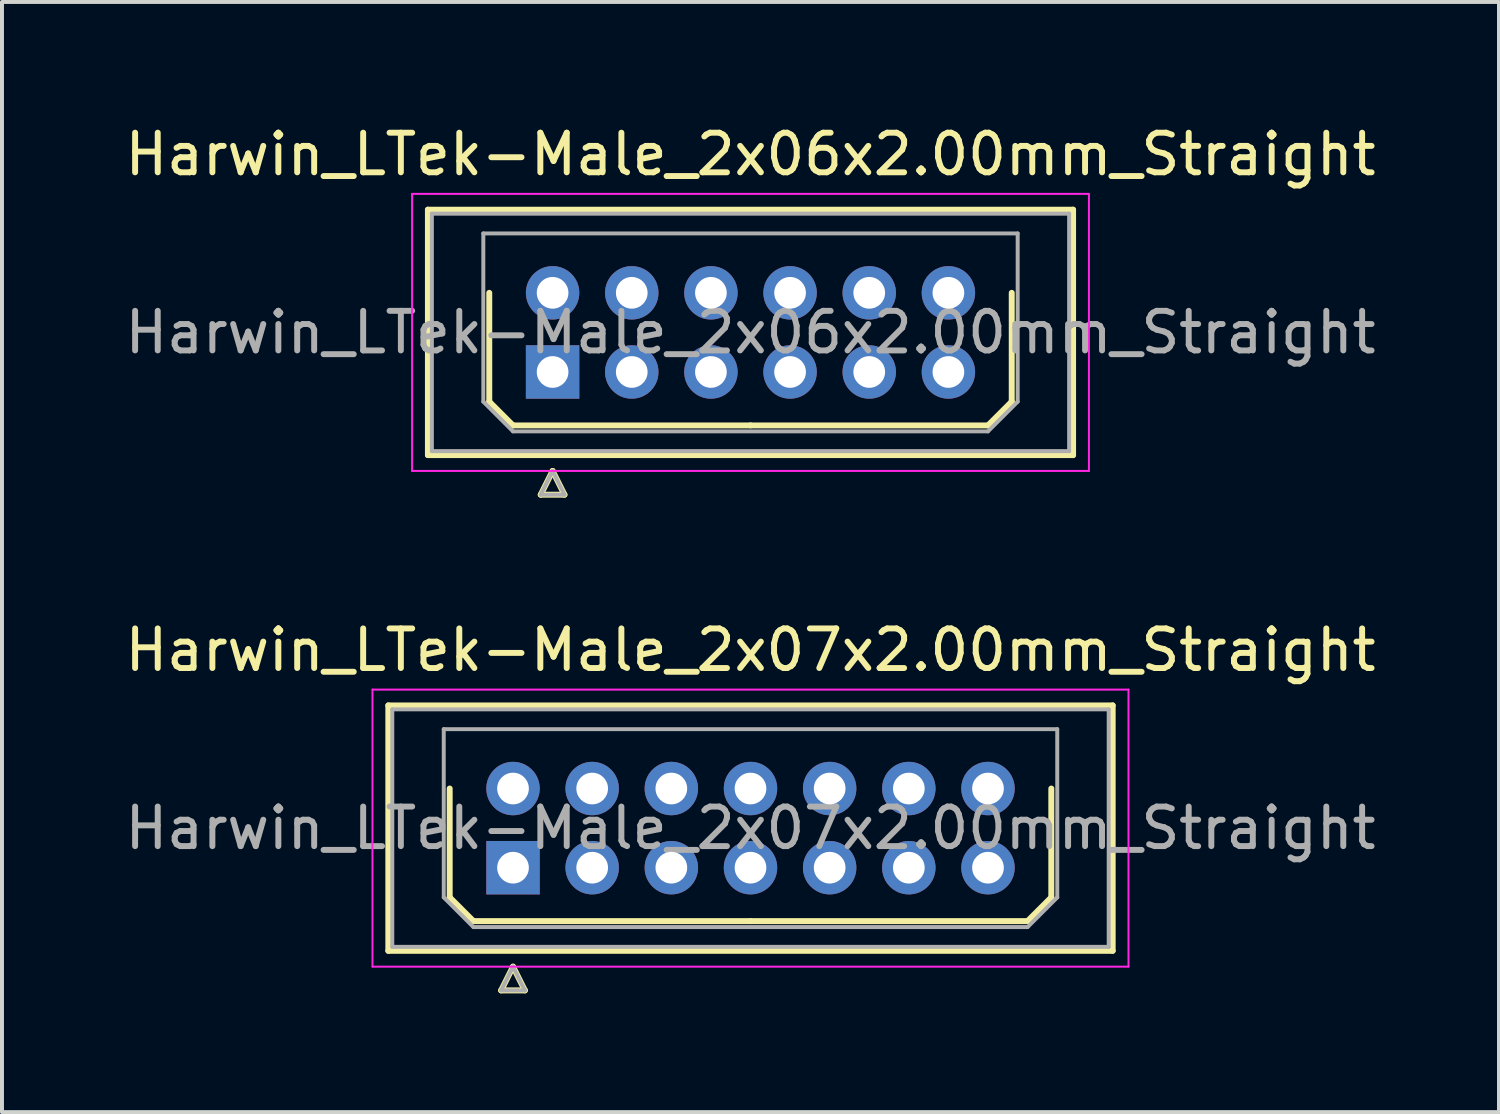
<source format=kicad_pcb>
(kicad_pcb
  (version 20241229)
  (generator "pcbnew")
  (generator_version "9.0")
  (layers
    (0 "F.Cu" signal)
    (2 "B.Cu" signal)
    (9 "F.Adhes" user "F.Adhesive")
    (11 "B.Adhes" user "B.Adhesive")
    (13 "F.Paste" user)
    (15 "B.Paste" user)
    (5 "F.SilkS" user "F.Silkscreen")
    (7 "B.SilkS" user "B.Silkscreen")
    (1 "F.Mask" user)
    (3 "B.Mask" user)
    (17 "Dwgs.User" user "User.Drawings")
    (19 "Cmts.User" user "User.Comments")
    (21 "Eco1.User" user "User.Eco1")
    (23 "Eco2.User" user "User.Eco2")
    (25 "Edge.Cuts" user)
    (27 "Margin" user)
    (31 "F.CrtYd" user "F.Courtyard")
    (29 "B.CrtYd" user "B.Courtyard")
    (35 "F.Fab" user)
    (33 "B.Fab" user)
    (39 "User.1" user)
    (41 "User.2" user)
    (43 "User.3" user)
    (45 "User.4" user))
  (footprint "Harwin_LTek-Male_2x06x2.00mm_Straight"
    (layer "F.Cu")
    (at 10.911 6.348)
    (property "Reference" "Harwin_LTek-Male_2x06x2.00mm_Straight" (at 5 -5.5 0) (layer "F.SilkS") (effects (font (size 1 1) (thickness 0.15))))
    (attr through_hole)
    (fp_line (start -3.15 -4.1) (end -3.15 2.1) (stroke (width 0.15) (type solid)) (layer "F.SilkS"))
    (fp_line (start -3.15 2.1) (end 13.15 2.1) (stroke (width 0.15) (type solid)) (layer "F.SilkS"))
    (fp_line (start -1.6 -2) (end -1.6 0.75) (stroke (width 0.15) (type solid)) (layer "F.SilkS"))
    (fp_line (start -1.6 0.75) (end -1 1.35) (stroke (width 0.15) (type solid)) (layer "F.SilkS"))
    (fp_line (start -1 1.35) (end 5 1.35) (stroke (width 0.15) (type solid)) (layer "F.SilkS"))
    (fp_line (start -0.3 3.1) (end 0.3 3.1) (stroke (width 0.15) (type solid)) (layer "F.SilkS"))
    (fp_line (start 0 2.5) (end -0.3 3.1) (stroke (width 0.15) (type solid)) (layer "F.SilkS"))
    (fp_line (start 0.3 3.1) (end 0 2.5) (stroke (width 0.15) (type solid)) (layer "F.SilkS"))
    (fp_line (start 11 1.35) (end 5 1.35) (stroke (width 0.15) (type solid)) (layer "F.SilkS"))
    (fp_line (start 11.6 -2) (end 11.6 0.75) (stroke (width 0.15) (type solid)) (layer "F.SilkS"))
    (fp_line (start 11.6 0.75) (end 11 1.35) (stroke (width 0.15) (type solid)) (layer "F.SilkS"))
    (fp_line (start 13.15 -4.1) (end -3.15 -4.1) (stroke (width 0.15) (type solid)) (layer "F.SilkS"))
    (fp_line (start 13.15 2.1) (end 13.15 -4.1) (stroke (width 0.15) (type solid)) (layer "F.SilkS"))
    (fp_line (start -3.55 -4.5) (end -3.55 2.5) (stroke (width 0.05) (type solid)) (layer "F.CrtYd"))
    (fp_line (start -3.55 2.5) (end 13.55 2.5) (stroke (width 0.05) (type solid)) (layer "F.CrtYd"))
    (fp_line (start 13.55 -4.5) (end -3.55 -4.5) (stroke (width 0.05) (type solid)) (layer "F.CrtYd"))
    (fp_line (start 13.55 2.5) (end 13.55 -4.5) (stroke (width 0.05) (type solid)) (layer "F.CrtYd"))
    (fp_line (start -3.05 -4) (end -3.05 2) (stroke (width 0.1) (type solid)) (layer "F.Fab"))
    (fp_line (start -3.05 2) (end 13.05 2) (stroke (width 0.1) (type solid)) (layer "F.Fab"))
    (fp_line (start -1.75 -3.5) (end 11.75 -3.5) (stroke (width 0.1) (type solid)) (layer "F.Fab"))
    (fp_line (start -1.75 0.75) (end -1.75 -3.5) (stroke (width 0.1) (type solid)) (layer "F.Fab"))
    (fp_line (start -1 1.5) (end -1.75 0.75) (stroke (width 0.1) (type solid)) (layer "F.Fab"))
    (fp_line (start -0.3 3.1) (end 0.3 3.1) (stroke (width 0.1) (type solid)) (layer "F.Fab"))
    (fp_line (start 0 2.5) (end -0.3 3.1) (stroke (width 0.1) (type solid)) (layer "F.Fab"))
    (fp_line (start 0.3 3.1) (end 0 2.5) (stroke (width 0.1) (type solid)) (layer "F.Fab"))
    (fp_line (start 11 1.5) (end -1 1.5) (stroke (width 0.1) (type solid)) (layer "F.Fab"))
    (fp_line (start 11.75 -3.5) (end 11.75 0.75) (stroke (width 0.1) (type solid)) (layer "F.Fab"))
    (fp_line (start 11.75 0.75) (end 11 1.5) (stroke (width 0.1) (type solid)) (layer "F.Fab"))
    (fp_line (start 13.05 -4) (end -3.05 -4) (stroke (width 0.1) (type solid)) (layer "F.Fab"))
    (fp_line (start 13.05 2) (end 13.05 -4) (stroke (width 0.1) (type solid)) (layer "F.Fab"))
    (fp_text user "${REFERENCE}" (at 5 -1 0) (layer "F.Fab") (effects (font (size 1 1) (thickness 0.15))))
    (pad "1" thru_hole rect (at 0 0) (size 1.35 1.35) (drill 0.8) (layers "*.Cu" "*.Mask"))
    (pad "2" thru_hole circle (at 2 0) (size 1.35 1.35) (drill 0.8) (layers "*.Cu" "*.Mask"))
    (pad "3" thru_hole circle (at 4 0) (size 1.35 1.35) (drill 0.8) (layers "*.Cu" "*.Mask"))
    (pad "4" thru_hole circle (at 6 0) (size 1.35 1.35) (drill 0.8) (layers "*.Cu" "*.Mask"))
    (pad "5" thru_hole circle (at 8 0) (size 1.35 1.35) (drill 0.8) (layers "*.Cu" "*.Mask"))
    (pad "6" thru_hole circle (at 10 0) (size 1.35 1.35) (drill 0.8) (layers "*.Cu" "*.Mask"))
    (pad "7" thru_hole circle (at 0 -2) (size 1.35 1.35) (drill 0.8) (layers "*.Cu" "*.Mask"))
    (pad "8" thru_hole circle (at 2 -2) (size 1.35 1.35) (drill 0.8) (layers "*.Cu" "*.Mask"))
    (pad "9" thru_hole circle (at 4 -2) (size 1.35 1.35) (drill 0.8) (layers "*.Cu" "*.Mask"))
    (pad "10" thru_hole circle (at 6 -2) (size 1.35 1.35) (drill 0.8) (layers "*.Cu" "*.Mask"))
    (pad "11" thru_hole circle (at 8 -2) (size 1.35 1.35) (drill 0.8) (layers "*.Cu" "*.Mask"))
    (pad "12" thru_hole circle (at 10 -2) (size 1.35 1.35) (drill 0.8) (layers "*.Cu" "*.Mask")))
  (footprint "Harwin_LTek-Male_2x07x2.00mm_Straight"
    (layer "F.Cu")
    (at 9.911 18.872)
    (property "Reference" "Harwin_LTek-Male_2x07x2.00mm_Straight" (at 6 -5.5 0) (layer "F.SilkS") (effects (font (size 1 1) (thickness 0.15))))
    (attr through_hole)
    (fp_line (start -3.15 -4.1) (end -3.15 2.1) (stroke (width 0.15) (type solid)) (layer "F.SilkS"))
    (fp_line (start -3.15 2.1) (end 15.15 2.1) (stroke (width 0.15) (type solid)) (layer "F.SilkS"))
    (fp_line (start -1.6 -2) (end -1.6 0.75) (stroke (width 0.15) (type solid)) (layer "F.SilkS"))
    (fp_line (start -1.6 0.75) (end -1 1.35) (stroke (width 0.15) (type solid)) (layer "F.SilkS"))
    (fp_line (start -1 1.35) (end 6 1.35) (stroke (width 0.15) (type solid)) (layer "F.SilkS"))
    (fp_line (start -0.3 3.1) (end 0.3 3.1) (stroke (width 0.15) (type solid)) (layer "F.SilkS"))
    (fp_line (start 0 2.5) (end -0.3 3.1) (stroke (width 0.15) (type solid)) (layer "F.SilkS"))
    (fp_line (start 0.3 3.1) (end 0 2.5) (stroke (width 0.15) (type solid)) (layer "F.SilkS"))
    (fp_line (start 13 1.35) (end 6 1.35) (stroke (width 0.15) (type solid)) (layer "F.SilkS"))
    (fp_line (start 13.6 -2) (end 13.6 0.75) (stroke (width 0.15) (type solid)) (layer "F.SilkS"))
    (fp_line (start 13.6 0.75) (end 13 1.35) (stroke (width 0.15) (type solid)) (layer "F.SilkS"))
    (fp_line (start 15.15 -4.1) (end -3.15 -4.1) (stroke (width 0.15) (type solid)) (layer "F.SilkS"))
    (fp_line (start 15.15 2.1) (end 15.15 -4.1) (stroke (width 0.15) (type solid)) (layer "F.SilkS"))
    (fp_line (start -3.55 -4.5) (end -3.55 2.5) (stroke (width 0.05) (type solid)) (layer "F.CrtYd"))
    (fp_line (start -3.55 2.5) (end 15.55 2.5) (stroke (width 0.05) (type solid)) (layer "F.CrtYd"))
    (fp_line (start 15.55 -4.5) (end -3.55 -4.5) (stroke (width 0.05) (type solid)) (layer "F.CrtYd"))
    (fp_line (start 15.55 2.5) (end 15.55 -4.5) (stroke (width 0.05) (type solid)) (layer "F.CrtYd"))
    (fp_line (start -3.05 -4) (end -3.05 2) (stroke (width 0.1) (type solid)) (layer "F.Fab"))
    (fp_line (start -3.05 2) (end 15.05 2) (stroke (width 0.1) (type solid)) (layer "F.Fab"))
    (fp_line (start -1.75 -3.5) (end 13.75 -3.5) (stroke (width 0.1) (type solid)) (layer "F.Fab"))
    (fp_line (start -1.75 0.75) (end -1.75 -3.5) (stroke (width 0.1) (type solid)) (layer "F.Fab"))
    (fp_line (start -1 1.5) (end -1.75 0.75) (stroke (width 0.1) (type solid)) (layer "F.Fab"))
    (fp_line (start -0.3 3.1) (end 0.3 3.1) (stroke (width 0.1) (type solid)) (layer "F.Fab"))
    (fp_line (start 0 2.5) (end -0.3 3.1) (stroke (width 0.1) (type solid)) (layer "F.Fab"))
    (fp_line (start 0.3 3.1) (end 0 2.5) (stroke (width 0.1) (type solid)) (layer "F.Fab"))
    (fp_line (start 13 1.5) (end -1 1.5) (stroke (width 0.1) (type solid)) (layer "F.Fab"))
    (fp_line (start 13.75 -3.5) (end 13.75 0.75) (stroke (width 0.1) (type solid)) (layer "F.Fab"))
    (fp_line (start 13.75 0.75) (end 13 1.5) (stroke (width 0.1) (type solid)) (layer "F.Fab"))
    (fp_line (start 15.05 -4) (end -3.05 -4) (stroke (width 0.1) (type solid)) (layer "F.Fab"))
    (fp_line (start 15.05 2) (end 15.05 -4) (stroke (width 0.1) (type solid)) (layer "F.Fab"))
    (fp_text user "${REFERENCE}" (at 6 -1 0) (layer "F.Fab") (effects (font (size 1 1) (thickness 0.15))))
    (pad "1" thru_hole rect (at 0 0) (size 1.35 1.35) (drill 0.8) (layers "*.Cu" "*.Mask"))
    (pad "2" thru_hole circle (at 2 0) (size 1.35 1.35) (drill 0.8) (layers "*.Cu" "*.Mask"))
    (pad "3" thru_hole circle (at 4 0) (size 1.35 1.35) (drill 0.8) (layers "*.Cu" "*.Mask"))
    (pad "4" thru_hole circle (at 6 0) (size 1.35 1.35) (drill 0.8) (layers "*.Cu" "*.Mask"))
    (pad "5" thru_hole circle (at 8 0) (size 1.35 1.35) (drill 0.8) (layers "*.Cu" "*.Mask"))
    (pad "6" thru_hole circle (at 10 0) (size 1.35 1.35) (drill 0.8) (layers "*.Cu" "*.Mask"))
    (pad "7" thru_hole circle (at 12 0) (size 1.35 1.35) (drill 0.8) (layers "*.Cu" "*.Mask"))
    (pad "8" thru_hole circle (at 0 -2) (size 1.35 1.35) (drill 0.8) (layers "*.Cu" "*.Mask"))
    (pad "9" thru_hole circle (at 2 -2) (size 1.35 1.35) (drill 0.8) (layers "*.Cu" "*.Mask"))
    (pad "10" thru_hole circle (at 4 -2) (size 1.35 1.35) (drill 0.8) (layers "*.Cu" "*.Mask"))
    (pad "11" thru_hole circle (at 6 -2) (size 1.35 1.35) (drill 0.8) (layers "*.Cu" "*.Mask"))
    (pad "12" thru_hole circle (at 8 -2) (size 1.35 1.35) (drill 0.8) (layers "*.Cu" "*.Mask"))
    (pad "13" thru_hole circle (at 10 -2) (size 1.35 1.35) (drill 0.8) (layers "*.Cu" "*.Mask"))
    (pad "14" thru_hole circle (at 12 -2) (size 1.35 1.35) (drill 0.8) (layers "*.Cu" "*.Mask")))
  (gr_rect
    (start -3 -3)
    (end 34.821 25.047)
    (stroke (width 0.1) (type default))
    (fill no)
    (layer "Edge.Cuts")))
</source>
